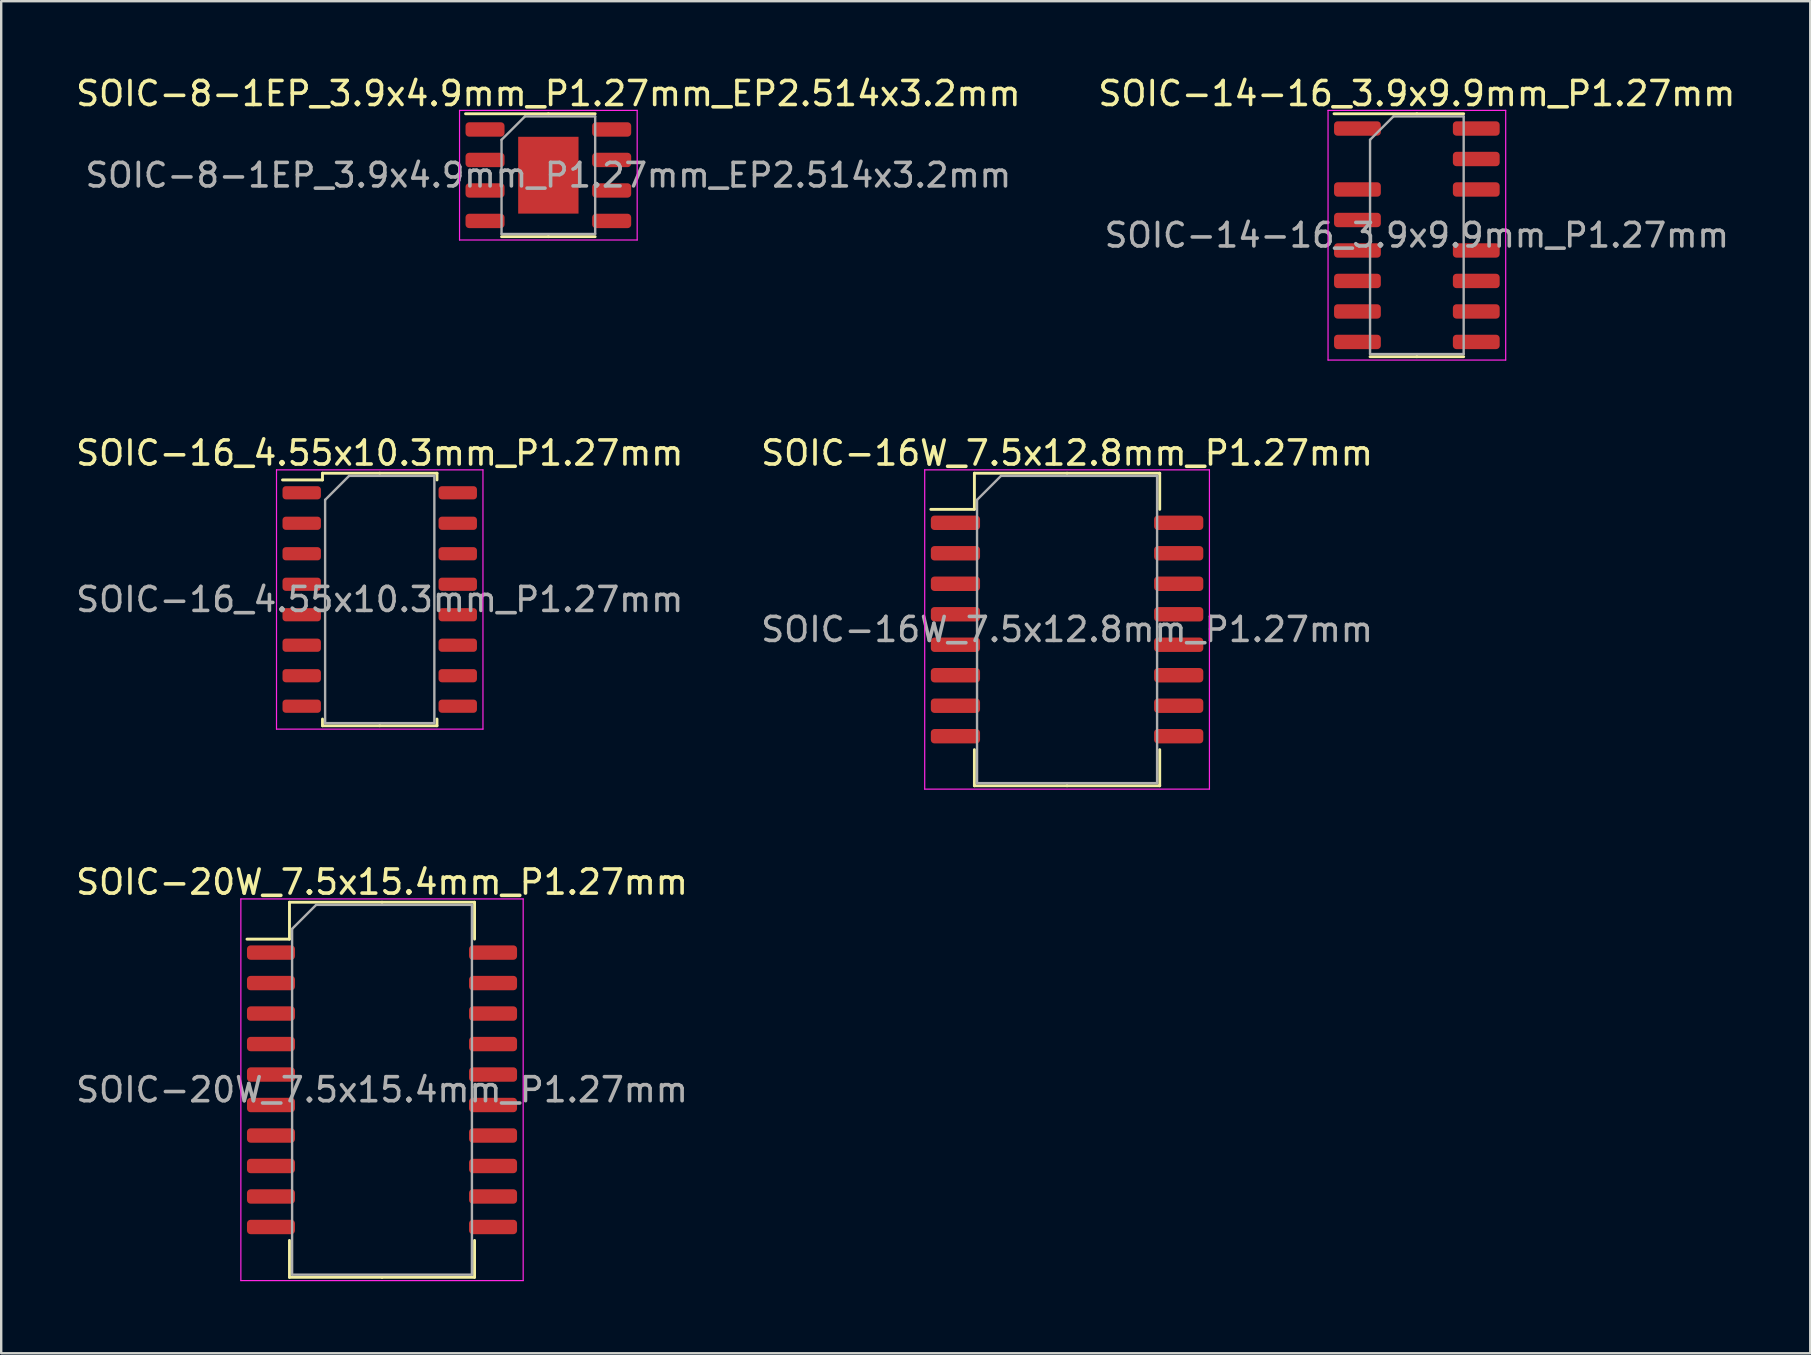
<source format=kicad_pcb>
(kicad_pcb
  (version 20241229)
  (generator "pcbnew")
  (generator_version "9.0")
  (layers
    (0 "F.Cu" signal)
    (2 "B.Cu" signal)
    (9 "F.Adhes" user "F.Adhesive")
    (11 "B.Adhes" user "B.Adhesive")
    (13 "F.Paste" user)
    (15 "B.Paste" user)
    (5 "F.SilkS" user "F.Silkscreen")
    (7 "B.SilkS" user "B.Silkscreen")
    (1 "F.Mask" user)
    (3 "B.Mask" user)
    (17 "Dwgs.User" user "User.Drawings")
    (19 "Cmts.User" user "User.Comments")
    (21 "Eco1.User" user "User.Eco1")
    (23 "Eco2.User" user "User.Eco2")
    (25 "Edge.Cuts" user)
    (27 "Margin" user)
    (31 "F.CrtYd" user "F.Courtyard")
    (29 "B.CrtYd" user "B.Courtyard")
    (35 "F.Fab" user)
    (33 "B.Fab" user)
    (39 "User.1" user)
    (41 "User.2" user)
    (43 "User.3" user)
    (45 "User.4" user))
  (footprint "SOIC-16_4.55x10.3mm_P1.27mm"
    (layer "F.Cu")
    (at 12.768 21.922)
    (property "Reference" "SOIC-16_4.55x10.3mm_P1.27mm" (at 0 -6.1 0) (layer "F.SilkS") (effects (font (size 1 1) (thickness 0.15))))
    (attr smd)
    (fp_line (start -2.385 -5.26) (end -2.385 -4.98) (stroke (width 0.12) (type solid)) (layer "F.SilkS"))
    (fp_line (start -2.385 -4.98) (end -4.05 -4.98) (stroke (width 0.12) (type solid)) (layer "F.SilkS"))
    (fp_line (start -2.385 5.26) (end -2.385 4.98) (stroke (width 0.12) (type solid)) (layer "F.SilkS"))
    (fp_line (start 0 -5.26) (end -2.385 -5.26) (stroke (width 0.12) (type solid)) (layer "F.SilkS"))
    (fp_line (start 0 -5.26) (end 2.385 -5.26) (stroke (width 0.12) (type solid)) (layer "F.SilkS"))
    (fp_line (start 0 5.26) (end -2.385 5.26) (stroke (width 0.12) (type solid)) (layer "F.SilkS"))
    (fp_line (start 0 5.26) (end 2.385 5.26) (stroke (width 0.12) (type solid)) (layer "F.SilkS"))
    (fp_line (start 2.385 -5.26) (end 2.385 -4.98) (stroke (width 0.12) (type solid)) (layer "F.SilkS"))
    (fp_line (start 2.385 5.26) (end 2.385 4.98) (stroke (width 0.12) (type solid)) (layer "F.SilkS"))
    (fp_line (start -4.3 -5.4) (end -4.3 5.4) (stroke (width 0.05) (type solid)) (layer "F.CrtYd"))
    (fp_line (start -4.3 5.4) (end 4.3 5.4) (stroke (width 0.05) (type solid)) (layer "F.CrtYd"))
    (fp_line (start 4.3 -5.4) (end -4.3 -5.4) (stroke (width 0.05) (type solid)) (layer "F.CrtYd"))
    (fp_line (start 4.3 5.4) (end 4.3 -5.4) (stroke (width 0.05) (type solid)) (layer "F.CrtYd"))
    (fp_line (start -2.275 -4.15) (end -1.275 -5.15) (stroke (width 0.1) (type solid)) (layer "F.Fab"))
    (fp_line (start -2.275 5.15) (end -2.275 -4.15) (stroke (width 0.1) (type solid)) (layer "F.Fab"))
    (fp_line (start -1.275 -5.15) (end 2.275 -5.15) (stroke (width 0.1) (type solid)) (layer "F.Fab"))
    (fp_line (start 2.275 -5.15) (end 2.275 5.15) (stroke (width 0.1) (type solid)) (layer "F.Fab"))
    (fp_line (start 2.275 5.15) (end -2.275 5.15) (stroke (width 0.1) (type solid)) (layer "F.Fab"))
    (fp_text user "${REFERENCE}" (at 0 0 0) (layer "F.Fab") (effects (font (size 1 1) (thickness 0.15))))
    (pad "1" smd roundrect (at -3.25 -4.445) (size 1.6 0.55) (layers "F.Cu" "F.Mask" "F.Paste") (roundrect_rratio 0.25))
    (pad "2" smd roundrect (at -3.25 -3.175) (size 1.6 0.55) (layers "F.Cu" "F.Mask" "F.Paste") (roundrect_rratio 0.25))
    (pad "3" smd roundrect (at -3.25 -1.905) (size 1.6 0.55) (layers "F.Cu" "F.Mask" "F.Paste") (roundrect_rratio 0.25))
    (pad "4" smd roundrect (at -3.25 -0.635) (size 1.6 0.55) (layers "F.Cu" "F.Mask" "F.Paste") (roundrect_rratio 0.25))
    (pad "5" smd roundrect (at -3.25 0.635) (size 1.6 0.55) (layers "F.Cu" "F.Mask" "F.Paste") (roundrect_rratio 0.25))
    (pad "6" smd roundrect (at -3.25 1.905) (size 1.6 0.55) (layers "F.Cu" "F.Mask" "F.Paste") (roundrect_rratio 0.25))
    (pad "7" smd roundrect (at -3.25 3.175) (size 1.6 0.55) (layers "F.Cu" "F.Mask" "F.Paste") (roundrect_rratio 0.25))
    (pad "8" smd roundrect (at -3.25 4.445) (size 1.6 0.55) (layers "F.Cu" "F.Mask" "F.Paste") (roundrect_rratio 0.25))
    (pad "9" smd roundrect (at 3.25 4.445) (size 1.6 0.55) (layers "F.Cu" "F.Mask" "F.Paste") (roundrect_rratio 0.25))
    (pad "10" smd roundrect (at 3.25 3.175) (size 1.6 0.55) (layers "F.Cu" "F.Mask" "F.Paste") (roundrect_rratio 0.25))
    (pad "11" smd roundrect (at 3.25 1.905) (size 1.6 0.55) (layers "F.Cu" "F.Mask" "F.Paste") (roundrect_rratio 0.25))
    (pad "12" smd roundrect (at 3.25 0.635) (size 1.6 0.55) (layers "F.Cu" "F.Mask" "F.Paste") (roundrect_rratio 0.25))
    (pad "13" smd roundrect (at 3.25 -0.635) (size 1.6 0.55) (layers "F.Cu" "F.Mask" "F.Paste") (roundrect_rratio 0.25))
    (pad "14" smd roundrect (at 3.25 -1.905) (size 1.6 0.55) (layers "F.Cu" "F.Mask" "F.Paste") (roundrect_rratio 0.25))
    (pad "15" smd roundrect (at 3.25 -3.175) (size 1.6 0.55) (layers "F.Cu" "F.Mask" "F.Paste") (roundrect_rratio 0.25))
    (pad "16" smd roundrect (at 3.25 -4.445) (size 1.6 0.55) (layers "F.Cu" "F.Mask" "F.Paste") (roundrect_rratio 0.25)))
  (footprint "SOIC-16W_7.5x12.8mm_P1.27mm"
    (layer "F.Cu")
    (at 41.399 23.172)
    (property "Reference" "SOIC-16W_7.5x12.8mm_P1.27mm" (at 0 -7.35 0) (layer "F.SilkS") (effects (font (size 1 1) (thickness 0.15))))
    (attr smd)
    (fp_line (start -3.86 -6.51) (end -3.86 -5.005) (stroke (width 0.12) (type solid)) (layer "F.SilkS"))
    (fp_line (start -3.86 -5.005) (end -5.675 -5.005) (stroke (width 0.12) (type solid)) (layer "F.SilkS"))
    (fp_line (start -3.86 6.51) (end -3.86 5.005) (stroke (width 0.12) (type solid)) (layer "F.SilkS"))
    (fp_line (start 0 -6.51) (end -3.86 -6.51) (stroke (width 0.12) (type solid)) (layer "F.SilkS"))
    (fp_line (start 0 -6.51) (end 3.86 -6.51) (stroke (width 0.12) (type solid)) (layer "F.SilkS"))
    (fp_line (start 0 6.51) (end -3.86 6.51) (stroke (width 0.12) (type solid)) (layer "F.SilkS"))
    (fp_line (start 0 6.51) (end 3.86 6.51) (stroke (width 0.12) (type solid)) (layer "F.SilkS"))
    (fp_line (start 3.86 -6.51) (end 3.86 -5.005) (stroke (width 0.12) (type solid)) (layer "F.SilkS"))
    (fp_line (start 3.86 6.51) (end 3.86 5.005) (stroke (width 0.12) (type solid)) (layer "F.SilkS"))
    (fp_line (start -5.93 -6.65) (end -5.93 6.65) (stroke (width 0.05) (type solid)) (layer "F.CrtYd"))
    (fp_line (start -5.93 6.65) (end 5.93 6.65) (stroke (width 0.05) (type solid)) (layer "F.CrtYd"))
    (fp_line (start 5.93 -6.65) (end -5.93 -6.65) (stroke (width 0.05) (type solid)) (layer "F.CrtYd"))
    (fp_line (start 5.93 6.65) (end 5.93 -6.65) (stroke (width 0.05) (type solid)) (layer "F.CrtYd"))
    (fp_line (start -3.75 -5.4) (end -2.75 -6.4) (stroke (width 0.1) (type solid)) (layer "F.Fab"))
    (fp_line (start -3.75 6.4) (end -3.75 -5.4) (stroke (width 0.1) (type solid)) (layer "F.Fab"))
    (fp_line (start -2.75 -6.4) (end 3.75 -6.4) (stroke (width 0.1) (type solid)) (layer "F.Fab"))
    (fp_line (start 3.75 -6.4) (end 3.75 6.4) (stroke (width 0.1) (type solid)) (layer "F.Fab"))
    (fp_line (start 3.75 6.4) (end -3.75 6.4) (stroke (width 0.1) (type solid)) (layer "F.Fab"))
    (fp_text user "${REFERENCE}" (at 0 0 0) (layer "F.Fab") (effects (font (size 1 1) (thickness 0.15))))
    (pad "1" smd roundrect (at -4.65 -4.445) (size 2.05 0.6) (layers "F.Cu" "F.Mask" "F.Paste") (roundrect_rratio 0.25))
    (pad "2" smd roundrect (at -4.65 -3.175) (size 2.05 0.6) (layers "F.Cu" "F.Mask" "F.Paste") (roundrect_rratio 0.25))
    (pad "3" smd roundrect (at -4.65 -1.905) (size 2.05 0.6) (layers "F.Cu" "F.Mask" "F.Paste") (roundrect_rratio 0.25))
    (pad "4" smd roundrect (at -4.65 -0.635) (size 2.05 0.6) (layers "F.Cu" "F.Mask" "F.Paste") (roundrect_rratio 0.25))
    (pad "5" smd roundrect (at -4.65 0.635) (size 2.05 0.6) (layers "F.Cu" "F.Mask" "F.Paste") (roundrect_rratio 0.25))
    (pad "6" smd roundrect (at -4.65 1.905) (size 2.05 0.6) (layers "F.Cu" "F.Mask" "F.Paste") (roundrect_rratio 0.25))
    (pad "7" smd roundrect (at -4.65 3.175) (size 2.05 0.6) (layers "F.Cu" "F.Mask" "F.Paste") (roundrect_rratio 0.25))
    (pad "8" smd roundrect (at -4.65 4.445) (size 2.05 0.6) (layers "F.Cu" "F.Mask" "F.Paste") (roundrect_rratio 0.25))
    (pad "9" smd roundrect (at 4.65 4.445) (size 2.05 0.6) (layers "F.Cu" "F.Mask" "F.Paste") (roundrect_rratio 0.25))
    (pad "10" smd roundrect (at 4.65 3.175) (size 2.05 0.6) (layers "F.Cu" "F.Mask" "F.Paste") (roundrect_rratio 0.25))
    (pad "11" smd roundrect (at 4.65 1.905) (size 2.05 0.6) (layers "F.Cu" "F.Mask" "F.Paste") (roundrect_rratio 0.25))
    (pad "12" smd roundrect (at 4.65 0.635) (size 2.05 0.6) (layers "F.Cu" "F.Mask" "F.Paste") (roundrect_rratio 0.25))
    (pad "13" smd roundrect (at 4.65 -0.635) (size 2.05 0.6) (layers "F.Cu" "F.Mask" "F.Paste") (roundrect_rratio 0.25))
    (pad "14" smd roundrect (at 4.65 -1.905) (size 2.05 0.6) (layers "F.Cu" "F.Mask" "F.Paste") (roundrect_rratio 0.25))
    (pad "15" smd roundrect (at 4.65 -3.175) (size 2.05 0.6) (layers "F.Cu" "F.Mask" "F.Paste") (roundrect_rratio 0.25))
    (pad "16" smd roundrect (at 4.65 -4.445) (size 2.05 0.6) (layers "F.Cu" "F.Mask" "F.Paste") (roundrect_rratio 0.25)))
  (footprint "SOIC-8-1EP_3.9x4.9mm_P1.27mm_EP2.514x3.2mm"
    (layer "F.Cu")
    (at 19.792 4.248)
    (property "Reference" "SOIC-8-1EP_3.9x4.9mm_P1.27mm_EP2.514x3.2mm" (at 0 -3.4 0) (layer "F.SilkS") (effects (font (size 1 1) (thickness 0.15))))
    (attr smd)
    (fp_line (start 0 -2.56) (end -3.45 -2.56) (stroke (width 0.12) (type solid)) (layer "F.SilkS"))
    (fp_line (start 0 -2.56) (end 1.95 -2.56) (stroke (width 0.12) (type solid)) (layer "F.SilkS"))
    (fp_line (start 0 2.56) (end -1.95 2.56) (stroke (width 0.12) (type solid)) (layer "F.SilkS"))
    (fp_line (start 0 2.56) (end 1.95 2.56) (stroke (width 0.12) (type solid)) (layer "F.SilkS"))
    (fp_line (start -3.7 -2.7) (end -3.7 2.7) (stroke (width 0.05) (type solid)) (layer "F.CrtYd"))
    (fp_line (start -3.7 2.7) (end 3.7 2.7) (stroke (width 0.05) (type solid)) (layer "F.CrtYd"))
    (fp_line (start 3.7 -2.7) (end -3.7 -2.7) (stroke (width 0.05) (type solid)) (layer "F.CrtYd"))
    (fp_line (start 3.7 2.7) (end 3.7 -2.7) (stroke (width 0.05) (type solid)) (layer "F.CrtYd"))
    (fp_line (start -1.95 -1.475) (end -0.975 -2.45) (stroke (width 0.1) (type solid)) (layer "F.Fab"))
    (fp_line (start -1.95 2.45) (end -1.95 -1.475) (stroke (width 0.1) (type solid)) (layer "F.Fab"))
    (fp_line (start -0.975 -2.45) (end 1.95 -2.45) (stroke (width 0.1) (type solid)) (layer "F.Fab"))
    (fp_line (start 1.95 -2.45) (end 1.95 2.45) (stroke (width 0.1) (type solid)) (layer "F.Fab"))
    (fp_line (start 1.95 2.45) (end -1.95 2.45) (stroke (width 0.1) (type solid)) (layer "F.Fab"))
    (fp_text user "${REFERENCE}" (at 0 0 0) (layer "F.Fab") (effects (font (size 0.98 0.98) (thickness 0.15))))
    (pad "" smd roundrect (at -0.63 -0.8) (size 1.01 1.29) (layers "F.Paste") (roundrect_rratio 0.248))
    (pad "" smd roundrect (at -0.63 0.8) (size 1.01 1.29) (layers "F.Paste") (roundrect_rratio 0.248))
    (pad "" smd roundrect (at 0.63 -0.8) (size 1.01 1.29) (layers "F.Paste") (roundrect_rratio 0.248))
    (pad "" smd roundrect (at 0.63 0.8) (size 1.01 1.29) (layers "F.Paste") (roundrect_rratio 0.248))
    (pad "1" smd roundrect (at -2.638 -1.905) (size 1.625 0.6) (layers "F.Cu" "F.Mask" "F.Paste") (roundrect_rratio 0.25))
    (pad "2" smd roundrect (at -2.638 -0.635) (size 1.625 0.6) (layers "F.Cu" "F.Mask" "F.Paste") (roundrect_rratio 0.25))
    (pad "3" smd roundrect (at -2.638 0.635) (size 1.625 0.6) (layers "F.Cu" "F.Mask" "F.Paste") (roundrect_rratio 0.25))
    (pad "4" smd roundrect (at -2.638 1.905) (size 1.625 0.6) (layers "F.Cu" "F.Mask" "F.Paste") (roundrect_rratio 0.25))
    (pad "5" smd roundrect (at 2.638 1.905) (size 1.625 0.6) (layers "F.Cu" "F.Mask" "F.Paste") (roundrect_rratio 0.25))
    (pad "6" smd roundrect (at 2.638 0.635) (size 1.625 0.6) (layers "F.Cu" "F.Mask" "F.Paste") (roundrect_rratio 0.25))
    (pad "7" smd roundrect (at 2.638 -0.635) (size 1.625 0.6) (layers "F.Cu" "F.Mask" "F.Paste") (roundrect_rratio 0.25))
    (pad "8" smd roundrect (at 2.638 -1.905) (size 1.625 0.6) (layers "F.Cu" "F.Mask" "F.Paste") (roundrect_rratio 0.25))
    (pad "9" smd rect (at 0 0) (size 2.514 3.2) (layers "F.Cu" "F.Mask")))
  (footprint "SOIC-14-16_3.9x9.9mm_P1.27mm"
    (layer "F.Cu")
    (at 55.97 6.748)
    (property "Reference" "SOIC-14-16_3.9x9.9mm_P1.27mm" (at 0 -5.9 0) (layer "F.SilkS") (effects (font (size 1 1) (thickness 0.15))))
    (attr smd)
    (fp_line (start 0 -5.06) (end -3.45 -5.06) (stroke (width 0.12) (type solid)) (layer "F.SilkS"))
    (fp_line (start 0 -5.06) (end 1.95 -5.06) (stroke (width 0.12) (type solid)) (layer "F.SilkS"))
    (fp_line (start 0 5.06) (end -1.95 5.06) (stroke (width 0.12) (type solid)) (layer "F.SilkS"))
    (fp_line (start 0 5.06) (end 1.95 5.06) (stroke (width 0.12) (type solid)) (layer "F.SilkS"))
    (fp_line (start -3.7 -5.2) (end -3.7 5.2) (stroke (width 0.05) (type solid)) (layer "F.CrtYd"))
    (fp_line (start -3.7 5.2) (end 3.7 5.2) (stroke (width 0.05) (type solid)) (layer "F.CrtYd"))
    (fp_line (start 3.7 -5.2) (end -3.7 -5.2) (stroke (width 0.05) (type solid)) (layer "F.CrtYd"))
    (fp_line (start 3.7 5.2) (end 3.7 -5.2) (stroke (width 0.05) (type solid)) (layer "F.CrtYd"))
    (fp_line (start -1.95 -3.975) (end -0.975 -4.95) (stroke (width 0.1) (type solid)) (layer "F.Fab"))
    (fp_line (start -1.95 4.95) (end -1.95 -3.975) (stroke (width 0.1) (type solid)) (layer "F.Fab"))
    (fp_line (start -0.975 -4.95) (end 1.95 -4.95) (stroke (width 0.1) (type solid)) (layer "F.Fab"))
    (fp_line (start 1.95 -4.95) (end 1.95 4.95) (stroke (width 0.1) (type solid)) (layer "F.Fab"))
    (fp_line (start 1.95 4.95) (end -1.95 4.95) (stroke (width 0.1) (type solid)) (layer "F.Fab"))
    (fp_text user "${REFERENCE}" (at 0 0 0) (layer "F.Fab") (effects (font (size 0.98 0.98) (thickness 0.15))))
    (pad "1" smd roundrect (at -2.475 -4.445) (size 1.95 0.6) (layers "F.Cu" "F.Mask" "F.Paste") (roundrect_rratio 0.25))
    (pad "3" smd roundrect (at -2.475 -1.905) (size 1.95 0.6) (layers "F.Cu" "F.Mask" "F.Paste") (roundrect_rratio 0.25))
    (pad "4" smd roundrect (at -2.475 -0.635) (size 1.95 0.6) (layers "F.Cu" "F.Mask" "F.Paste") (roundrect_rratio 0.25))
    (pad "5" smd roundrect (at -2.475 0.635) (size 1.95 0.6) (layers "F.Cu" "F.Mask" "F.Paste") (roundrect_rratio 0.25))
    (pad "6" smd roundrect (at -2.475 1.905) (size 1.95 0.6) (layers "F.Cu" "F.Mask" "F.Paste") (roundrect_rratio 0.25))
    (pad "7" smd roundrect (at -2.475 3.175) (size 1.95 0.6) (layers "F.Cu" "F.Mask" "F.Paste") (roundrect_rratio 0.25))
    (pad "8" smd roundrect (at -2.475 4.445) (size 1.95 0.6) (layers "F.Cu" "F.Mask" "F.Paste") (roundrect_rratio 0.25))
    (pad "9" smd roundrect (at 2.475 4.445) (size 1.95 0.6) (layers "F.Cu" "F.Mask" "F.Paste") (roundrect_rratio 0.25))
    (pad "10" smd roundrect (at 2.475 3.175) (size 1.95 0.6) (layers "F.Cu" "F.Mask" "F.Paste") (roundrect_rratio 0.25))
    (pad "11" smd roundrect (at 2.475 1.905) (size 1.95 0.6) (layers "F.Cu" "F.Mask" "F.Paste") (roundrect_rratio 0.25))
    (pad "12" smd roundrect (at 2.475 0.635) (size 1.95 0.6) (layers "F.Cu" "F.Mask" "F.Paste") (roundrect_rratio 0.25))
    (pad "14" smd roundrect (at 2.475 -1.905) (size 1.95 0.6) (layers "F.Cu" "F.Mask" "F.Paste") (roundrect_rratio 0.25))
    (pad "15" smd roundrect (at 2.475 -3.175) (size 1.95 0.6) (layers "F.Cu" "F.Mask" "F.Paste") (roundrect_rratio 0.25))
    (pad "16" smd roundrect (at 2.475 -4.445) (size 1.95 0.6) (layers "F.Cu" "F.Mask" "F.Paste") (roundrect_rratio 0.25)))
  (footprint "SOIC-20W_7.5x15.4mm_P1.27mm"
    (layer "F.Cu")
    (at 12.863 42.345)
    (property "Reference" "SOIC-20W_7.5x15.4mm_P1.27mm" (at 0 -8.65 0) (layer "F.SilkS") (effects (font (size 1 1) (thickness 0.15))))
    (attr smd)
    (fp_line (start -3.855 -7.812) (end -3.855 -6.275) (stroke (width 0.12) (type solid)) (layer "F.SilkS"))
    (fp_line (start -3.855 -6.275) (end -5.625 -6.275) (stroke (width 0.12) (type solid)) (layer "F.SilkS"))
    (fp_line (start -3.855 7.812) (end -3.855 6.275) (stroke (width 0.12) (type solid)) (layer "F.SilkS"))
    (fp_line (start 0 -7.812) (end -3.855 -7.812) (stroke (width 0.12) (type solid)) (layer "F.SilkS"))
    (fp_line (start 0 -7.812) (end 3.855 -7.812) (stroke (width 0.12) (type solid)) (layer "F.SilkS"))
    (fp_line (start 0 7.812) (end -3.855 7.812) (stroke (width 0.12) (type solid)) (layer "F.SilkS"))
    (fp_line (start 0 7.812) (end 3.855 7.812) (stroke (width 0.12) (type solid)) (layer "F.SilkS"))
    (fp_line (start 3.855 -7.812) (end 3.855 -6.275) (stroke (width 0.12) (type solid)) (layer "F.SilkS"))
    (fp_line (start 3.855 7.812) (end 3.855 6.275) (stroke (width 0.12) (type solid)) (layer "F.SilkS"))
    (fp_line (start -5.88 -7.95) (end -5.88 7.95) (stroke (width 0.05) (type solid)) (layer "F.CrtYd"))
    (fp_line (start -5.88 7.95) (end 5.88 7.95) (stroke (width 0.05) (type solid)) (layer "F.CrtYd"))
    (fp_line (start 5.88 -7.95) (end -5.88 -7.95) (stroke (width 0.05) (type solid)) (layer "F.CrtYd"))
    (fp_line (start 5.88 7.95) (end 5.88 -7.95) (stroke (width 0.05) (type solid)) (layer "F.CrtYd"))
    (fp_line (start -3.745 -6.702) (end -2.745 -7.702) (stroke (width 0.1) (type solid)) (layer "F.Fab"))
    (fp_line (start -3.745 7.702) (end -3.745 -6.702) (stroke (width 0.1) (type solid)) (layer "F.Fab"))
    (fp_line (start -2.745 -7.702) (end 3.745 -7.702) (stroke (width 0.1) (type solid)) (layer "F.Fab"))
    (fp_line (start 3.745 -7.702) (end 3.745 7.702) (stroke (width 0.1) (type solid)) (layer "F.Fab"))
    (fp_line (start 3.745 7.702) (end -3.745 7.702) (stroke (width 0.1) (type solid)) (layer "F.Fab"))
    (fp_text user "${REFERENCE}" (at 0 0 0) (layer "F.Fab") (effects (font (size 1 1) (thickness 0.15))))
    (pad "1" smd roundrect (at -4.625 -5.715) (size 2 0.6) (layers "F.Cu" "F.Mask" "F.Paste") (roundrect_rratio 0.25))
    (pad "2" smd roundrect (at -4.625 -4.445) (size 2 0.6) (layers "F.Cu" "F.Mask" "F.Paste") (roundrect_rratio 0.25))
    (pad "3" smd roundrect (at -4.625 -3.175) (size 2 0.6) (layers "F.Cu" "F.Mask" "F.Paste") (roundrect_rratio 0.25))
    (pad "4" smd roundrect (at -4.625 -1.905) (size 2 0.6) (layers "F.Cu" "F.Mask" "F.Paste") (roundrect_rratio 0.25))
    (pad "5" smd roundrect (at -4.625 -0.635) (size 2 0.6) (layers "F.Cu" "F.Mask" "F.Paste") (roundrect_rratio 0.25))
    (pad "6" smd roundrect (at -4.625 0.635) (size 2 0.6) (layers "F.Cu" "F.Mask" "F.Paste") (roundrect_rratio 0.25))
    (pad "7" smd roundrect (at -4.625 1.905) (size 2 0.6) (layers "F.Cu" "F.Mask" "F.Paste") (roundrect_rratio 0.25))
    (pad "8" smd roundrect (at -4.625 3.175) (size 2 0.6) (layers "F.Cu" "F.Mask" "F.Paste") (roundrect_rratio 0.25))
    (pad "9" smd roundrect (at -4.625 4.445) (size 2 0.6) (layers "F.Cu" "F.Mask" "F.Paste") (roundrect_rratio 0.25))
    (pad "10" smd roundrect (at -4.625 5.715) (size 2 0.6) (layers "F.Cu" "F.Mask" "F.Paste") (roundrect_rratio 0.25))
    (pad "11" smd roundrect (at 4.625 5.715) (size 2 0.6) (layers "F.Cu" "F.Mask" "F.Paste") (roundrect_rratio 0.25))
    (pad "12" smd roundrect (at 4.625 4.445) (size 2 0.6) (layers "F.Cu" "F.Mask" "F.Paste") (roundrect_rratio 0.25))
    (pad "13" smd roundrect (at 4.625 3.175) (size 2 0.6) (layers "F.Cu" "F.Mask" "F.Paste") (roundrect_rratio 0.25))
    (pad "14" smd roundrect (at 4.625 1.905) (size 2 0.6) (layers "F.Cu" "F.Mask" "F.Paste") (roundrect_rratio 0.25))
    (pad "15" smd roundrect (at 4.625 0.635) (size 2 0.6) (layers "F.Cu" "F.Mask" "F.Paste") (roundrect_rratio 0.25))
    (pad "16" smd roundrect (at 4.625 -0.635) (size 2 0.6) (layers "F.Cu" "F.Mask" "F.Paste") (roundrect_rratio 0.25))
    (pad "17" smd roundrect (at 4.625 -1.905) (size 2 0.6) (layers "F.Cu" "F.Mask" "F.Paste") (roundrect_rratio 0.25))
    (pad "18" smd roundrect (at 4.625 -3.175) (size 2 0.6) (layers "F.Cu" "F.Mask" "F.Paste") (roundrect_rratio 0.25))
    (pad "19" smd roundrect (at 4.625 -4.445) (size 2 0.6) (layers "F.Cu" "F.Mask" "F.Paste") (roundrect_rratio 0.25))
    (pad "20" smd roundrect (at 4.625 -5.715) (size 2 0.6) (layers "F.Cu" "F.Mask" "F.Paste") (roundrect_rratio 0.25)))
  (gr_rect
    (start -3 -3)
    (end 72.357 53.32)
    (stroke (width 0.1) (type default))
    (fill no)
    (layer "Edge.Cuts")))
</source>
